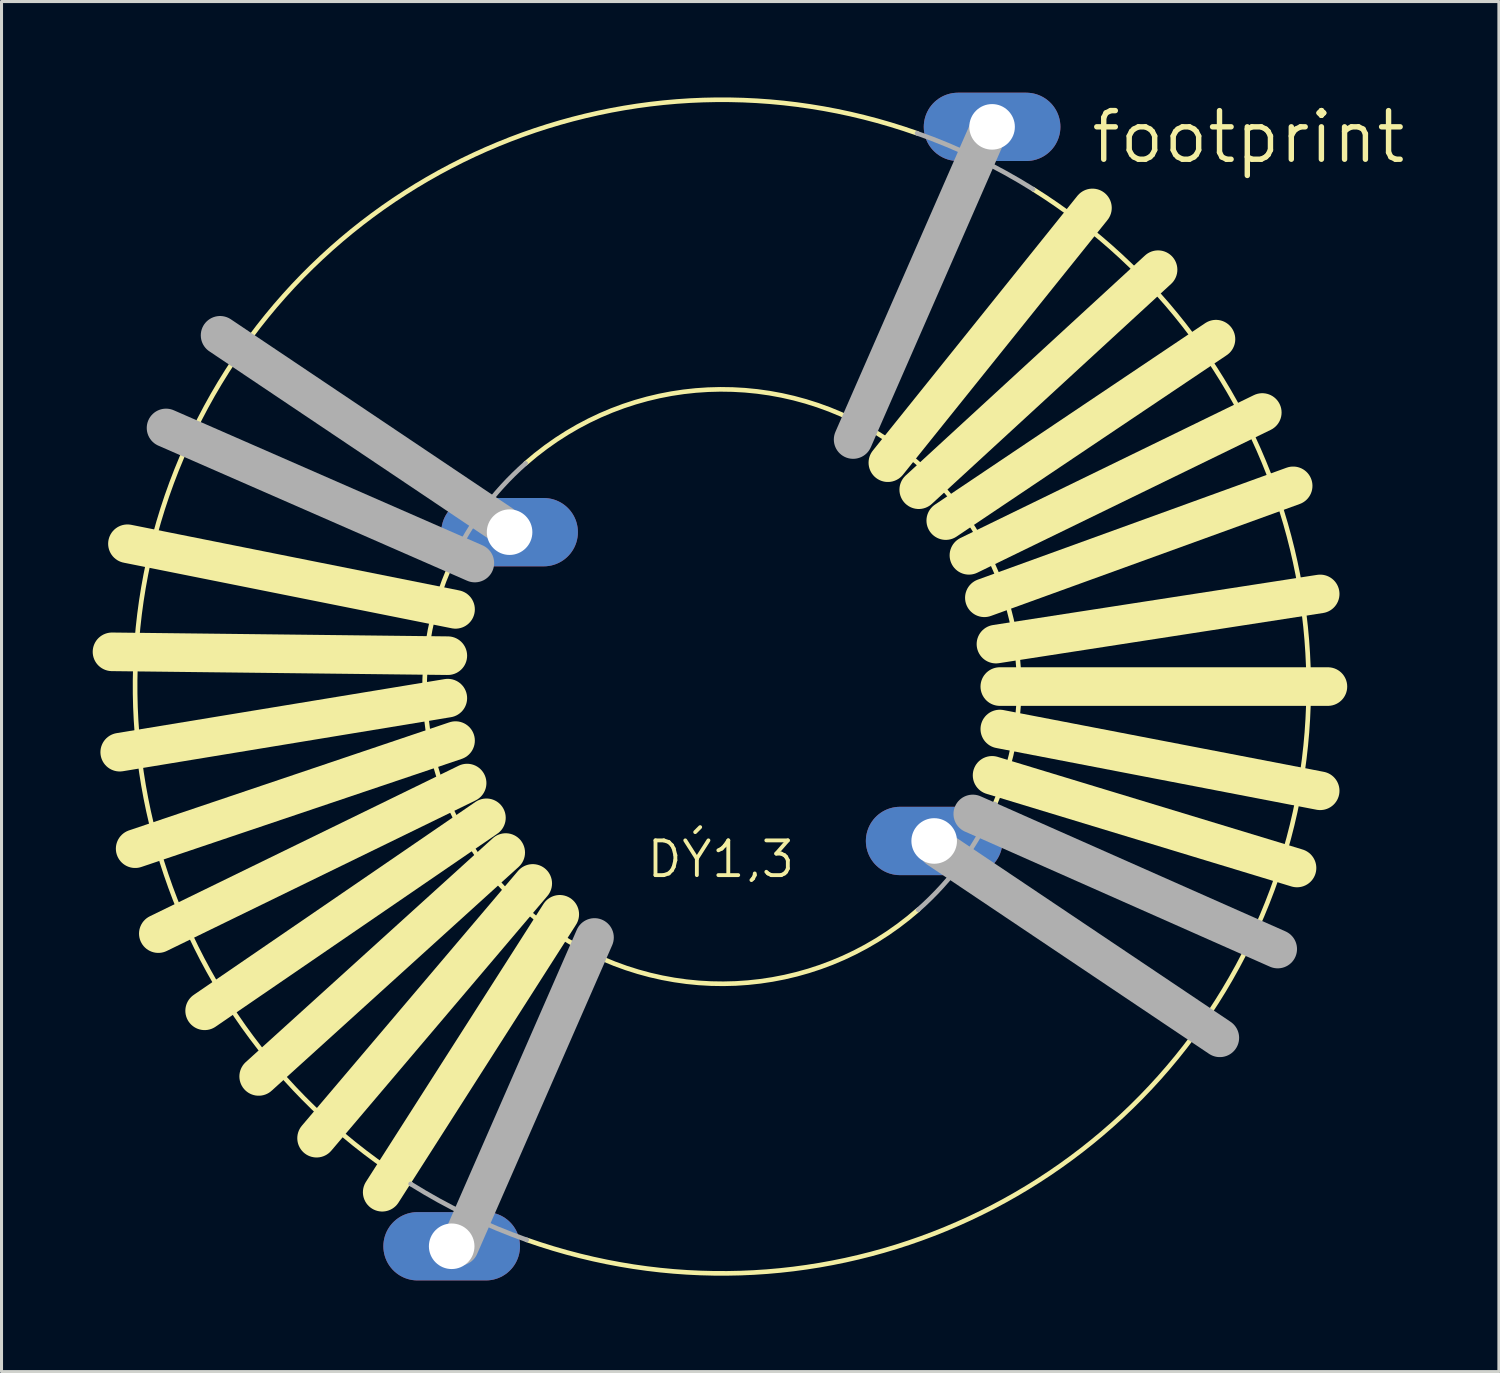
<source format=kicad_pcb>
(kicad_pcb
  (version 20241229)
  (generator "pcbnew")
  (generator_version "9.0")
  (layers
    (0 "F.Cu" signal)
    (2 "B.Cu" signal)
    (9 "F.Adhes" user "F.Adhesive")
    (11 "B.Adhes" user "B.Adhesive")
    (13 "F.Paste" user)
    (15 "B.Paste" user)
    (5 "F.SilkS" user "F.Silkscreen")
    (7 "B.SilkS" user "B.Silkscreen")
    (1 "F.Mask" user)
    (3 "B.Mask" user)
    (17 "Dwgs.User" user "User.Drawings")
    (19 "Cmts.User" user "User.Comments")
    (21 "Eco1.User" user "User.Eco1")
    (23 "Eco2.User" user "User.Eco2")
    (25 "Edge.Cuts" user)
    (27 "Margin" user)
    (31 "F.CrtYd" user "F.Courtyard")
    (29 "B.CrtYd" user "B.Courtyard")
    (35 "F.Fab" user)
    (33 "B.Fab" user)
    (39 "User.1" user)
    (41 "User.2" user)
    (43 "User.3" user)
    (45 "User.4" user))
  (footprint "footprint"
    (layer "F.Cu")
    (at 20.701 19.539)
    (property "Reference" "footprint" (at 12.065 -17.145 0) (layer "F.SilkS") (effects (font (size 1.6 1.6) (thickness 0.178)) (justify left bottom)))
    (fp_line (start -9.017 -1.016) (end -20.066 -1.143) (stroke (width 1.27) (type solid)) (layer "F.SilkS"))
    (fp_line (start -9.017 0.381) (end -19.812 2.159) (stroke (width 1.27) (type solid)) (layer "F.SilkS"))
    (fp_line (start -8.763 -2.54) (end -19.558 -4.699) (stroke (width 1.27) (type solid)) (layer "F.SilkS"))
    (fp_line (start -8.763 1.778) (end -19.304 5.334) (stroke (width 1.27) (type solid)) (layer "F.SilkS"))
    (fp_line (start -8.382 3.175) (end -18.542 8.128) (stroke (width 1.27) (type solid)) (layer "F.SilkS"))
    (fp_line (start -7.747 4.318) (end -17.018 10.668) (stroke (width 1.27) (type solid)) (layer "F.SilkS"))
    (fp_line (start -7.112 5.461) (end -15.24 12.827) (stroke (width 1.27) (type solid)) (layer "F.SilkS"))
    (fp_line (start -6.223 6.477) (end -13.335 14.859) (stroke (width 1.27) (type solid)) (layer "F.SilkS"))
    (fp_line (start -5.334 7.493) (end -11.176 16.637) (stroke (width 1.27) (type solid)) (layer "F.SilkS"))
    (fp_line (start 5.461 -7.366) (end 12.192 -15.748) (stroke (width 1.27) (type solid)) (layer "F.SilkS"))
    (fp_line (start 6.477 -6.477) (end 14.351 -13.716) (stroke (width 1.27) (type solid)) (layer "F.SilkS"))
    (fp_line (start 7.366 -5.461) (end 16.256 -11.43) (stroke (width 1.27) (type solid)) (layer "F.SilkS"))
    (fp_line (start 8.128 -4.318) (end 17.78 -9.017) (stroke (width 1.27) (type solid)) (layer "F.SilkS"))
    (fp_line (start 8.636 -2.921) (end 18.796 -6.604) (stroke (width 1.27) (type solid)) (layer "F.SilkS"))
    (fp_line (start 8.89 2.921) (end 18.923 5.969) (stroke (width 1.27) (type solid)) (layer "F.SilkS"))
    (fp_line (start 9.017 -1.397) (end 19.685 -3.048) (stroke (width 1.27) (type solid)) (layer "F.SilkS"))
    (fp_line (start 9.144 0) (end 19.939 0) (stroke (width 1.27) (type solid)) (layer "F.SilkS"))
    (fp_line (start 9.144 1.397) (end 19.685 3.429) (stroke (width 1.27) (type solid)) (layer "F.SilkS"))
    (fp_arc (start -10.2408 16.3637) (mid -17.38932 -8.38189) (end 6.4216 -18.204601) (stroke (width 0.1524) (type solid)) (layer "F.SilkS"))
    (fp_arc (start -6.4571 -7.344) (mid 5.744113 -7.914111) (end 8.983601 3.863) (stroke (width 0.1524) (type solid)) (layer "F.SilkS"))
    (fp_arc (start 6.457101 7.344) (mid -5.744168 7.91416) (end -8.9837 -3.863) (stroke (width 0.1524) (type solid)) (layer "F.SilkS"))
    (fp_arc (start 10.2408 -16.363699) (mid 17.389319 8.38189) (end -6.4216 18.2046) (stroke (width 0.1524) (type solid)) (layer "F.SilkS"))
    (fp_line (start -8.128 -4.064) (end -18.288 -8.509) (stroke (width 1.27) (type solid)) (layer "F.Fab"))
    (fp_line (start -7.239 -5.334) (end -16.51 -11.557) (stroke (width 1.27) (type solid)) (layer "F.Fab"))
    (fp_line (start -4.191 8.255) (end -8.636 18.415) (stroke (width 1.27) (type solid)) (layer "F.Fab"))
    (fp_line (start 8.763 -18.288) (end 4.318 -8.128) (stroke (width 1.27) (type solid)) (layer "F.Fab"))
    (fp_line (start 16.383 11.557) (end 7.112 5.334) (stroke (width 1.27) (type solid)) (layer "F.Fab"))
    (fp_line (start 18.288 8.636) (end 8.255 4.191) (stroke (width 1.27) (type solid)) (layer "F.Fab"))
    (fp_arc (start -8.9836 -3.863) (mid -7.91411 -5.744131) (end -6.4571 -7.344) (stroke (width 0.1524) (type solid)) (layer "F.Fab"))
    (fp_arc (start -6.4216 18.2046) (mid -8.381893 17.389319) (end -10.2408 16.3637) (stroke (width 0.1524) (type solid)) (layer "F.Fab"))
    (fp_arc (start 6.4216 -18.2046) (mid 8.381893 -17.389319) (end 10.2408 -16.3637) (stroke (width 0.1524) (type solid)) (layer "F.Fab"))
    (fp_arc (start 8.9836 3.863) (mid 7.91411 5.744131) (end 6.4571 7.344) (stroke (width 0.1524) (type solid)) (layer "F.Fab"))
    (fp_text user "DÝ1,3" (at -2.54 6.35 0) (layer "F.SilkS") (effects (font (size 1.143 1.143) (thickness 0.127)) (justify left bottom)))
    (pad "A1" thru_hole oval (at 8.89 -18.415) (size 4.496 2.248) (drill 1.499) (layers "*.Cu" "*.Mask"))
    (pad "A2" thru_hole oval (at -8.89 18.415) (size 4.496 2.248) (drill 1.499) (layers "*.Cu" "*.Mask"))
    (pad "E1" thru_hole oval (at 6.985 5.08) (size 4.496 2.248) (drill 1.499) (layers "*.Cu" "*.Mask"))
    (pad "E2" thru_hole oval (at -6.985 -5.08) (size 4.496 2.248) (drill 1.499) (layers "*.Cu" "*.Mask")))
  (gr_rect
    (start -3 -3)
    (end 46.266 42.078)
    (stroke (width 0.1) (type default))
    (fill no)
    (layer "Edge.Cuts")))
</source>
